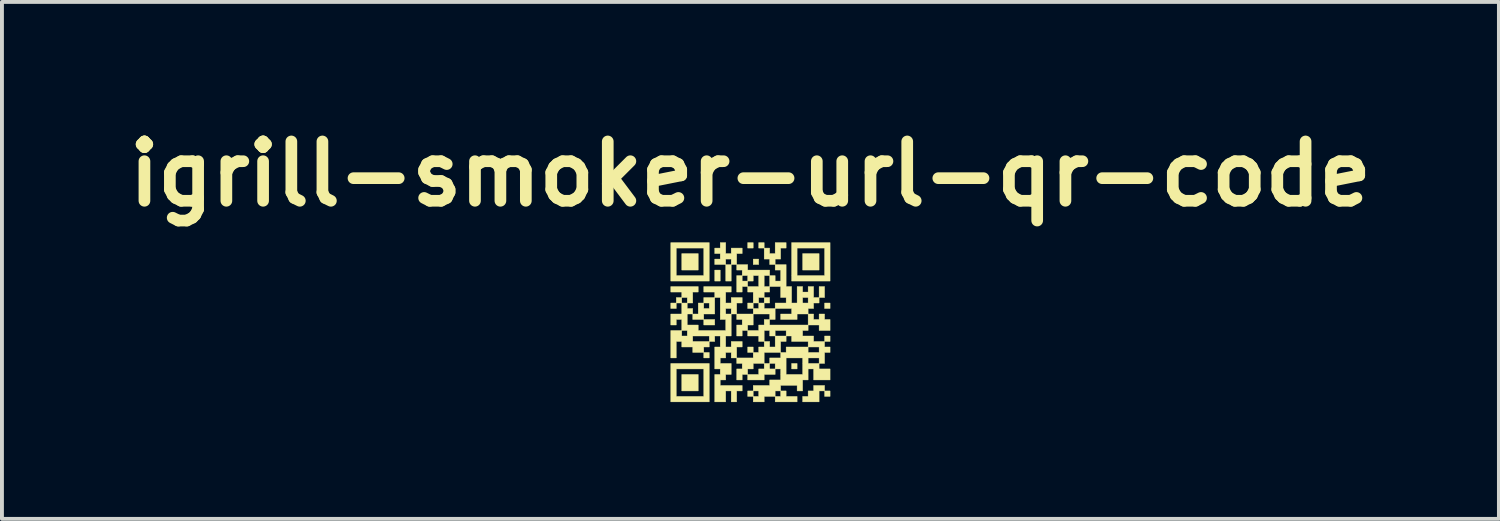
<source format=kicad_pcb>
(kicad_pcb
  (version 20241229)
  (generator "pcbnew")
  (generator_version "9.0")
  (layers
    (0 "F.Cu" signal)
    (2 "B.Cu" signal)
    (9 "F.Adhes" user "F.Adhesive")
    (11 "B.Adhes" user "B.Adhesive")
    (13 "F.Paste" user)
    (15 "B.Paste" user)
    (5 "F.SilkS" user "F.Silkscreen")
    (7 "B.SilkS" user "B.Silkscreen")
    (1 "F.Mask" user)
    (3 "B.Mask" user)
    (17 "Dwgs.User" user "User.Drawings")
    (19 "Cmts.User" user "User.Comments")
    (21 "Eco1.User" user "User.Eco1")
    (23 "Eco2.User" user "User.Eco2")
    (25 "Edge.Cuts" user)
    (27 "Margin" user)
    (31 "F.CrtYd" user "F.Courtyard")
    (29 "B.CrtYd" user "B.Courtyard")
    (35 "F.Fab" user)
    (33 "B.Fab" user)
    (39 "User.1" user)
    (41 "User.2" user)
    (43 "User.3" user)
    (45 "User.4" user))
  (footprint "igrill-smoker-url-qr-code"
    (layer "F.Cu")
    (at 16.227 5.228)
    (property "Reference" "igrill-smoker-url-qr-code" (at 0 -3.81 0) (layer "F.SilkS") (effects (font (size 1.524 1.524) (thickness 0.3))))
    (attr through_hole)
    (fp_poly (pts (xy -1.905 -0.353) (xy -2.046 -0.353) (xy -2.046 -0.494) (xy -1.905 -0.494) (xy -1.905 -0.353)) (stroke (width 0.01) (type solid)) (fill yes) (layer "F.SilkS"))
    (fp_poly (pts (xy -1.341 -1.341) (xy -1.764 -1.341) (xy -1.764 -1.764) (xy -1.341 -1.764) (xy -1.341 -1.341)) (stroke (width 0.01) (type solid)) (fill yes) (layer "F.SilkS"))
    (fp_poly (pts (xy -1.341 1.764) (xy -1.764 1.764) (xy -1.764 1.341) (xy -1.341 1.341) (xy -1.341 1.764)) (stroke (width 0.01) (type solid)) (fill yes) (layer "F.SilkS"))
    (fp_poly (pts (xy -1.058 0.776) (xy -1.058 0.917) (xy -1.199 0.917) (xy -1.199 0.776) (xy -1.058 0.776)) (stroke (width 0.01) (type solid)) (fill yes) (layer "F.SilkS"))
    (fp_poly (pts (xy -0.917 0.071) (xy -1.199 0.071) (xy -1.199 -0.071) (xy -0.917 -0.071) (xy -0.917 0.071)) (stroke (width 0.01) (type solid)) (fill yes) (layer "F.SilkS"))
    (fp_poly (pts (xy -0.776 -1.058) (xy -0.917 -1.058) (xy -0.917 -1.341) (xy -0.776 -1.341) (xy -0.776 -1.058)) (stroke (width 0.01) (type solid)) (fill yes) (layer "F.SilkS"))
    (fp_poly (pts (xy -0.071 -0.353) (xy -0.071 -0.494) (xy 0.071 -0.494) (xy 0.071 -0.353) (xy -0.071 -0.353)) (stroke (width 0.01) (type solid)) (fill yes) (layer "F.SilkS"))
    (fp_poly (pts (xy 0.071 -1.905) (xy -0.071 -1.905) (xy -0.071 -2.046) (xy 0.071 -2.046) (xy 0.071 -1.905)) (stroke (width 0.01) (type solid)) (fill yes) (layer "F.SilkS"))
    (fp_poly (pts (xy 0.071 0.776) (xy -0.071 0.776) (xy -0.071 0.635) (xy 0.071 0.635) (xy 0.071 0.776)) (stroke (width 0.01) (type solid)) (fill yes) (layer "F.SilkS"))
    (fp_poly (pts (xy 0.212 -1.905) (xy 0.212 -2.046) (xy 0.353 -2.046) (xy 0.353 -1.905) (xy 0.212 -1.905)) (stroke (width 0.01) (type solid)) (fill yes) (layer "F.SilkS"))
    (fp_poly (pts (xy 0.212 -1.482) (xy 0.071 -1.482) (xy 0.071 -1.623) (xy 0.212 -1.623) (xy 0.212 -1.482)) (stroke (width 0.01) (type solid)) (fill yes) (layer "F.SilkS"))
    (fp_poly (pts (xy 0.494 -0.494) (xy 0.353 -0.494) (xy 0.353 -0.635) (xy 0.494 -0.635) (xy 0.494 -0.494)) (stroke (width 0.01) (type solid)) (fill yes) (layer "F.SilkS"))
    (fp_poly (pts (xy 1.199 1.199) (xy 1.058 1.199) (xy 1.058 1.058) (xy 1.199 1.058) (xy 1.199 1.199)) (stroke (width 0.01) (type solid)) (fill yes) (layer "F.SilkS"))
    (fp_poly (pts (xy 1.764 -1.341) (xy 1.341 -1.341) (xy 1.341 -1.764) (xy 1.764 -1.764) (xy 1.764 -1.341)) (stroke (width 0.01) (type solid)) (fill yes) (layer "F.SilkS"))
    (fp_poly (pts (xy 1.764 -0.917) (xy 1.905 -0.917) (xy 1.905 -0.635) (xy 1.764 -0.635) (xy 1.764 -0.917)) (stroke (width 0.01) (type solid)) (fill yes) (layer "F.SilkS"))
    (fp_poly (pts (xy 1.905 0.353) (xy 2.046 0.353) (xy 2.046 0.494) (xy 1.905 0.494) (xy 1.905 0.353)) (stroke (width 0.01) (type solid)) (fill yes) (layer "F.SilkS"))
    (fp_poly (pts (xy 2.046 -0.353) (xy 1.905 -0.353) (xy 1.905 -0.494) (xy 2.046 -0.494) (xy 2.046 -0.353)) (stroke (width 0.01) (type solid)) (fill yes) (layer "F.SilkS"))
    (fp_poly (pts (xy 2.046 1.905) (xy 1.905 1.905) (xy 1.905 1.764) (xy 2.046 1.764) (xy 2.046 1.905)) (stroke (width 0.01) (type solid)) (fill yes) (layer "F.SilkS"))
    (fp_poly (pts (xy 0.776 1.905) (xy 0.776 1.764) (xy 0.917 1.764) (xy 0.917 1.905) (xy 1.199 1.905) (xy 1.199 2.046) (xy 0.635 2.046) (xy 0.635 1.905) (xy 0.776 1.905)) (stroke (width 0.01) (type solid)) (fill yes) (layer "F.SilkS"))
    (fp_poly (pts (xy 0.071 -0.353) (xy 0.212 -0.353) (xy 0.212 -0.494) (xy 0.353 -0.494) (xy 0.353 -0.353) (xy 0.635 -0.353) (xy 0.635 -0.071) (xy 0.494 -0.071) (xy 0.494 -0.212) (xy 0.071 -0.212) (xy 0.071 -0.353)) (stroke (width 0.01) (type solid)) (fill yes) (layer "F.SilkS"))
    (fp_poly (pts (xy 1.905 1.764) (xy 1.764 1.764) (xy 1.764 2.046) (xy 1.341 2.046) (xy 1.341 1.905) (xy 1.482 1.905) (xy 1.482 1.764) (xy 1.623 1.764) (xy 1.623 1.623) (xy 1.905 1.623) (xy 1.905 1.764)) (stroke (width 0.01) (type solid)) (fill yes) (layer "F.SilkS"))
    (fp_poly (pts (xy -1.058 -1.058) (xy -2.046 -1.058) (xy -2.046 -1.905) (xy -1.905 -1.905) (xy -1.905 -1.199) (xy -1.199 -1.199) (xy -1.199 -1.905) (xy -1.905 -1.905) (xy -2.046 -1.905) (xy -2.046 -2.046) (xy -1.058 -2.046) (xy -1.058 -1.058)) (stroke (width 0.01) (type solid)) (fill yes) (layer "F.SilkS"))
    (fp_poly (pts (xy -1.058 2.046) (xy -2.046 2.046) (xy -2.046 1.199) (xy -1.905 1.199) (xy -1.905 1.905) (xy -1.199 1.905) (xy -1.199 1.199) (xy -1.905 1.199) (xy -2.046 1.199) (xy -2.046 1.058) (xy -1.058 1.058) (xy -1.058 2.046)) (stroke (width 0.01) (type solid)) (fill yes) (layer "F.SilkS"))
    (fp_poly (pts (xy 2.046 -1.058) (xy 1.058 -1.058) (xy 1.058 -1.905) (xy 1.199 -1.905) (xy 1.199 -1.199) (xy 1.905 -1.199) (xy 1.905 -1.905) (xy 1.199 -1.905) (xy 1.058 -1.905) (xy 1.058 -2.046) (xy 2.046 -2.046) (xy 2.046 -1.058)) (stroke (width 0.01) (type solid)) (fill yes) (layer "F.SilkS"))
    (fp_poly (pts (xy 0.071 -0.212) (xy 0.071 0.071) (xy -0.071 0.071) (xy -0.071 0.212) (xy -0.212 0.212) (xy -0.212 0.353) (xy -0.353 0.353) (xy -0.353 0.071) (xy -0.212 0.071) (xy -0.212 -0.071) (xy -0.353 -0.071) (xy -0.353 -0.212) (xy 0.071 -0.212)) (stroke (width 0.01) (type solid)) (fill yes) (layer "F.SilkS"))
    (fp_poly (pts (xy 1.482 -0.212) (xy 1.623 -0.212) (xy 1.623 -0.071) (xy 1.764 -0.071) (xy 1.764 -0.212) (xy 1.905 -0.212) (xy 1.905 -0.071) (xy 2.046 -0.071) (xy 2.046 0.212) (xy 1.764 0.212) (xy 1.764 0.071) (xy 1.482 0.071) (xy 1.482 -0.212)) (stroke (width 0.01) (type solid)) (fill yes) (layer "F.SilkS"))
    (fp_poly (pts (xy 0.494 -1.482) (xy 0.494 -1.623) (xy 0.353 -1.623) (xy 0.353 -1.905) (xy 0.494 -1.905) (xy 0.494 -1.764) (xy 0.635 -1.764) (xy 0.635 -2.046) (xy 0.917 -2.046) (xy 0.917 -1.905) (xy 0.776 -1.905) (xy 0.776 -1.623) (xy 0.635 -1.623) (xy 0.635 -1.482) (xy 0.494 -1.482)) (stroke (width 0.01) (type solid)) (fill yes) (layer "F.SilkS"))
    (fp_poly (pts (xy -0.635 -1.764) (xy -0.494 -1.764) (xy -0.494 -1.905) (xy -0.212 -1.905) (xy -0.212 -1.764) (xy -0.353 -1.764) (xy -0.353 -1.482) (xy -0.494 -1.482) (xy -0.494 -1.058) (xy -0.635 -1.058) (xy -0.635 -1.482) (xy -0.917 -1.482) (xy -0.917 -1.623) (xy -0.776 -1.623) (xy -0.635 -1.623) (xy -0.635 -1.482) (xy -0.494 -1.482) (xy -0.494 -1.623) (xy -0.635 -1.623) (xy -0.776 -1.623) (xy -0.776 -1.764) (xy -0.917 -1.764) (xy -0.917 -1.905) (xy -0.776 -1.905) (xy -0.776 -2.046) (xy -0.635 -2.046) (xy -0.635 -1.764)) (stroke (width 0.01) (type solid)) (fill yes) (layer "F.SilkS"))
    (fp_poly (pts (xy 0.071 -0.776) (xy -0.071 -0.776) (xy -0.071 -0.917) (xy 0.212 -0.917) (xy 0.212 -1.199) (xy 0.071 -1.199) (xy 0.071 -1.058) (xy -0.071 -1.058) (xy -0.071 -0.917) (xy -0.212 -0.917) (xy -0.212 -0.776) (xy -0.353 -0.776) (xy -0.353 -1.199) (xy -0.212 -1.199) (xy -0.212 -1.058) (xy -0.071 -1.058) (xy -0.071 -1.199) (xy -0.212 -1.199) (xy -0.212 -1.341) (xy -0.353 -1.341) (xy -0.353 -1.482) (xy -0.071 -1.482) (xy -0.071 -1.341) (xy 0.494 -1.341) (xy 0.494 -1.199) (xy 0.353 -1.199) (xy 0.353 -0.917) (xy 0.494 -0.917) (xy 0.494 -0.776) (xy 0.353 -0.776) (xy 0.353 -0.635) (xy 0.212 -0.635) (xy 0.212 -0.494) (xy 0.071 -0.494) (xy 0.071 -0.776)) (stroke (width 0.01) (type solid)) (fill yes) (layer "F.SilkS"))
    (fp_poly (pts (xy 1.764 -0.494) (xy 1.623 -0.494) (xy 1.623 -0.353) (xy 1.482 -0.353) (xy 1.482 -0.212) (xy 1.199 -0.212) (xy 1.199 -0.071) (xy 0.776 -0.071) (xy 0.776 -0.212) (xy 1.058 -0.212) (xy 1.058 -0.353) (xy 0.635 -0.353) (xy 0.635 -0.494) (xy 0.917 -0.494) (xy 0.917 -0.635) (xy 0.776 -0.635) (xy 0.776 -0.917) (xy 0.494 -0.917) (xy 0.494 -1.199) (xy 0.635 -1.199) (xy 0.635 -1.058) (xy 0.776 -1.058) (xy 0.776 -1.341) (xy 0.635 -1.341) (xy 0.635 -1.482) (xy 0.917 -1.482) (xy 0.917 -0.917) (xy 1.058 -0.917) (xy 1.058 -0.494) (xy 1.199 -0.494) (xy 1.199 -0.635) (xy 1.341 -0.635) (xy 1.341 -0.494) (xy 1.482 -0.494) (xy 1.482 -0.635) (xy 1.341 -0.635) (xy 1.199 -0.635) (xy 1.199 -0.917) (xy 1.341 -0.917) (xy 1.341 -0.776) (xy 1.482 -0.776) (xy 1.482 -0.917) (xy 1.623 -0.917) (xy 1.623 -0.635) (xy 1.764 -0.635) (xy 1.764 -0.494)) (stroke (width 0.01) (type solid)) (fill yes) (layer "F.SilkS"))
    (fp_poly (pts (xy -0.494 0.353) (xy -0.635 0.353) (xy -0.635 0.635) (xy -0.494 0.635) (xy -0.494 0.494) (xy -0.212 0.494) (xy -0.212 0.635) (xy -0.353 0.635) (xy -0.353 0.917) (xy -0.494 0.917) (xy -0.494 0.776) (xy -0.635 0.776) (xy -0.635 0.917) (xy -0.776 0.917) (xy -0.776 1.058) (xy -0.494 1.058) (xy -0.494 1.341) (xy -0.635 1.341) (xy -0.635 1.482) (xy -0.776 1.482) (xy -0.776 1.623) (xy -0.212 1.623) (xy -0.212 1.764) (xy -0.353 1.764) (xy -0.353 2.046) (xy -0.494 2.046) (xy -0.494 1.764) (xy -0.635 1.764) (xy -0.635 2.046) (xy -0.917 2.046) (xy -0.917 1.341) (xy -0.776 1.341) (xy -0.776 1.199) (xy -0.917 1.199) (xy -0.917 0.635) (xy -0.776 0.635) (xy -0.776 0.353) (xy -0.917 0.353) (xy -0.917 0.494) (xy -1.058 0.494) (xy -1.058 0.635) (xy -1.199 0.635) (xy -1.199 0.776) (xy -1.482 0.776) (xy -1.482 0.635) (xy -1.764 0.635) (xy -1.764 0.494) (xy -1.905 0.494) (xy -1.905 0.917) (xy -2.046 0.917) (xy -2.046 0.212) (xy -1.764 0.212) (xy -1.764 0.353) (xy -1.623 0.353) (xy -1.482 0.353) (xy -1.482 0.494) (xy -1.058 0.494) (xy -1.058 0.353) (xy -1.482 0.353) (xy -1.623 0.353) (xy -1.623 0.212) (xy -1.764 0.212) (xy -1.764 -0.071) (xy -1.905 -0.071) (xy -1.905 0.071) (xy -2.046 0.071) (xy -2.046 -0.212) (xy -1.764 -0.212) (xy -1.623 -0.212) (xy -1.623 0.071) (xy -1.341 0.071) (xy -1.341 0.212) (xy -0.635 0.212) (xy -0.635 -0.071) (xy -0.776 -0.071) (xy -0.776 -0.353) (xy -0.635 -0.353) (xy -0.635 -0.212) (xy -0.494 -0.212) (xy -0.494 -0.353) (xy -0.635 -0.353) (xy -0.776 -0.353) (xy -0.776 -0.635) (xy -0.917 -0.635) (xy -0.917 -0.212) (xy -1.199 -0.212) (xy -1.199 -0.071) (xy -1.482 -0.071) (xy -1.482 -0.212) (xy -1.623 -0.212) (xy -1.764 -0.212) (xy -1.764 -0.494) (xy -1.905 -0.494) (xy -1.905 -0.635) (xy -1.764 -0.635) (xy -1.764 -0.494) (xy -1.623 -0.494) (xy -1.623 -0.635) (xy -1.764 -0.635) (xy -1.764 -0.776) (xy -2.046 -0.776) (xy -2.046 -0.917) (xy -1.341 -0.917) (xy -1.341 -0.776) (xy -1.482 -0.776) (xy -1.482 -0.494) (xy -1.623 -0.494) (xy -1.623 -0.353) (xy -1.482 -0.353) (xy -1.482 -0.212) (xy -1.341 -0.212) (xy -1.341 -0.494) (xy -1.199 -0.494) (xy -1.199 -0.353) (xy -1.058 -0.353) (xy -1.058 -0.494) (xy -1.199 -0.494) (xy -1.199 -0.635) (xy -0.917 -0.635) (xy -0.917 -0.776) (xy -1.199 -0.776) (xy -1.199 -0.917) (xy -0.494 -0.917) (xy -0.494 -0.776) (xy -0.635 -0.776) (xy -0.635 -0.494) (xy -0.494 -0.494) (xy -0.494 -0.635) (xy -0.212 -0.635) (xy -0.212 -0.494) (xy -0.353 -0.494) (xy -0.353 -0.212) (xy -0.494 -0.212) (xy -0.494 0.353)) (stroke (width 0.01) (type solid)) (fill yes) (layer "F.SilkS"))
    (fp_poly (pts (xy 0.212 0.494) (xy 0.212 0.353) (xy -0.071 0.353) (xy -0.071 0.212) (xy 0.212 0.212) (xy 0.353 0.212) (xy 0.353 0.494) (xy 0.494 0.494) (xy 0.494 0.635) (xy 0.635 0.635) (xy 0.635 0.494) (xy 0.776 0.494) (xy 0.776 0.776) (xy 0.917 0.776) (xy 0.917 0.635) (xy 1.482 0.635) (xy 1.482 0.776) (xy 1.764 0.776) (xy 1.764 0.635) (xy 1.482 0.635) (xy 1.482 0.494) (xy 1.058 0.494) (xy 1.058 0.353) (xy 0.917 0.353) (xy 0.917 0.494) (xy 0.776 0.494) (xy 0.635 0.494) (xy 0.635 0.353) (xy 0.494 0.353) (xy 0.494 0.212) (xy 0.635 0.212) (xy 0.635 0.353) (xy 0.917 0.353) (xy 0.917 0.212) (xy 0.635 0.212) (xy 0.494 0.212) (xy 0.353 0.212) (xy 0.212 0.212) (xy 0.212 0.071) (xy 0.353 0.071) (xy 0.353 -0.071) (xy 0.494 -0.071) (xy 0.494 0.071) (xy 1.482 0.071) (xy 1.482 0.212) (xy 1.341 0.212) (xy 1.341 0.353) (xy 1.623 0.353) (xy 1.623 0.494) (xy 1.905 0.494) (xy 1.905 0.635) (xy 2.046 0.635) (xy 2.046 0.776) (xy 1.905 0.776) (xy 1.905 1.058) (xy 1.764 1.058) (xy 1.764 1.199) (xy 2.046 1.199) (xy 2.046 1.482) (xy 1.623 1.482) (xy 1.623 1.199) (xy 1.482 1.199) (xy 1.482 1.482) (xy 1.341 1.482) (xy 1.341 1.764) (xy 1.199 1.764) (xy 1.199 1.623) (xy 0.776 1.623) (xy 0.776 1.764) (xy 0.635 1.764) (xy 0.635 1.905) (xy 0.353 1.905) (xy 0.353 2.046) (xy 0.071 2.046) (xy 0.071 1.905) (xy -0.071 1.905) (xy -0.071 1.764) (xy 0.071 1.764) (xy 0.071 1.905) (xy 0.212 1.905) (xy 0.212 1.764) (xy 0.071 1.764) (xy 0.071 1.623) (xy 0.494 1.623) (xy 0.494 1.482) (xy 0.776 1.482) (xy 0.776 1.199) (xy 0.635 1.199) (xy 0.635 1.341) (xy 0.353 1.341) (xy 0.353 1.482) (xy -0.071 1.482) (xy -0.071 1.341) (xy -0.212 1.341) (xy -0.212 1.482) (xy -0.353 1.482) (xy -0.353 1.199) (xy -0.212 1.199) (xy -0.071 1.199) (xy -0.071 1.341) (xy 0.212 1.341) (xy 0.212 1.199) (xy 0.353 1.199) (xy 0.353 1.058) (xy 0.071 1.058) (xy 0.071 1.199) (xy -0.071 1.199) (xy -0.212 1.199) (xy -0.212 1.058) (xy -0.353 1.058) (xy -0.353 0.917) (xy 0.071 0.917) (xy 0.071 0.776) (xy 0.212 0.776) (xy 0.353 0.776) (xy 0.353 1.058) (xy 0.494 1.058) (xy 0.494 1.199) (xy 0.635 1.199) (xy 0.635 1.058) (xy 0.494 1.058) (xy 0.494 0.917) (xy 0.776 0.917) (xy 0.917 0.917) (xy 0.917 1.341) (xy 1.341 1.341) (xy 1.341 0.917) (xy 1.482 0.917) (xy 1.482 1.058) (xy 1.764 1.058) (xy 1.764 0.917) (xy 1.482 0.917) (xy 1.341 0.917) (xy 0.917 0.917) (xy 0.776 0.917) (xy 0.776 0.776) (xy 0.353 0.776) (xy 0.212 0.776) (xy 0.212 0.635) (xy 0.353 0.635) (xy 0.353 0.494) (xy 0.212 0.494)) (stroke (width 0.01) (type solid)) (fill yes) (layer "F.SilkS")))
  (gr_rect
    (start -3 -3)
    (end 35.454 10.279)
    (stroke (width 0.1) (type default))
    (fill no)
    (layer "Edge.Cuts")))
</source>
